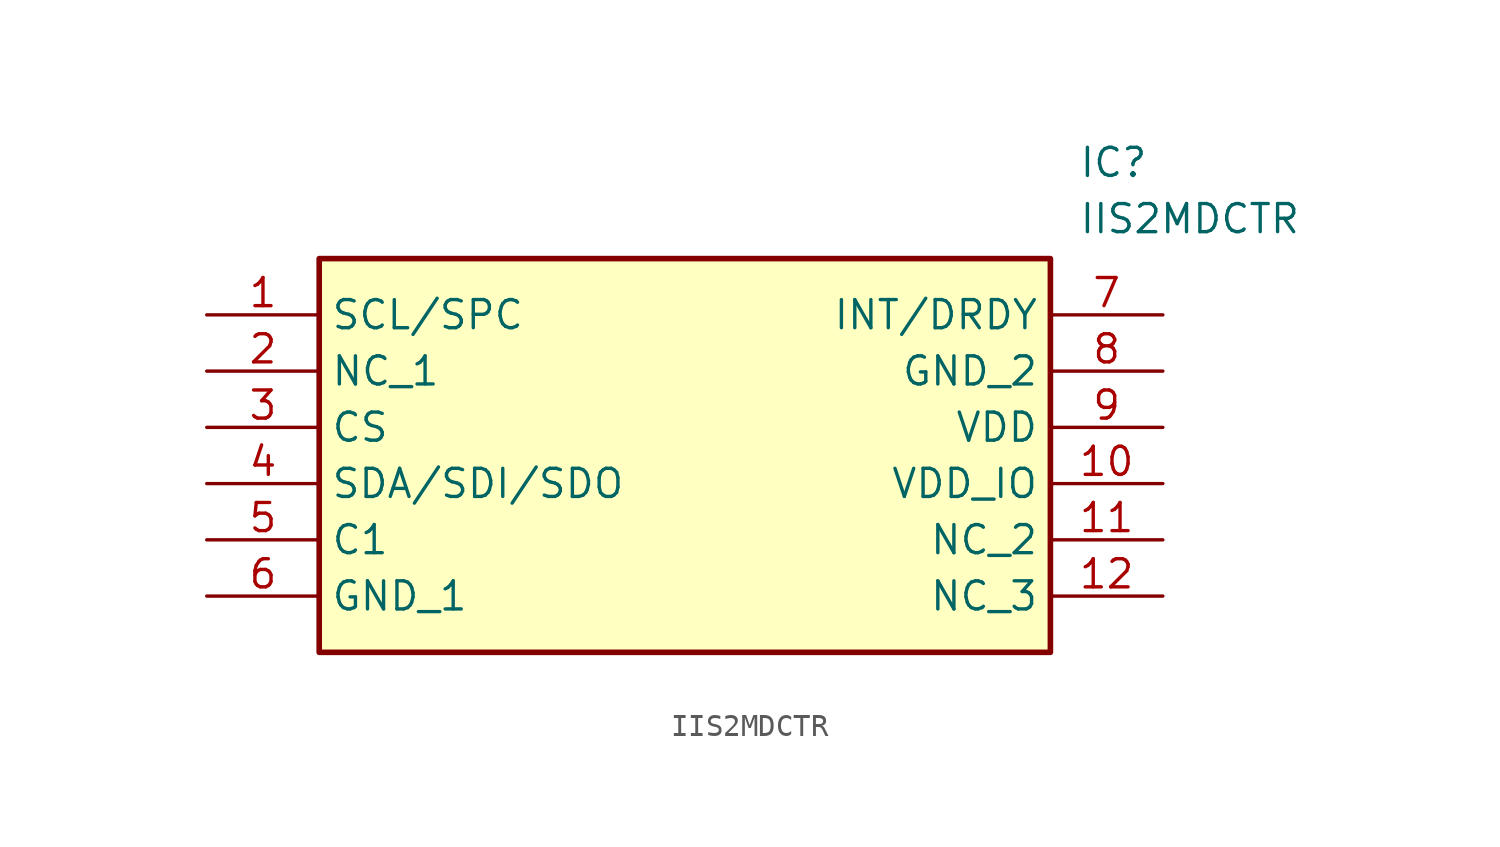
<source format=kicad_sym>
(kicad_symbol_lib
  (version 20211014)
  (generator SamacSys_ECAD_Model)
  (symbol "IIS2MDCTR"
    (property "Reference" "IC"
      (at 39.37 7.62 0)
      (effects (font (size 1.27 1.27)) (justify left top)))
    (property "Value" "IIS2MDCTR"
      (at 39.37 5.08 0)
      (effects (font (size 1.27 1.27)) (justify left top)))
    (rectangle
      (start 5.08 2.54)
      (end 38.1 -15.24)
      (stroke (width 0.254) (type default))
      (fill (type background)))
    (pin passive line
      (at 0 0 0)
      (length 5.08)
      (name "SCL/SPC" (effects (font (size 1.27 1.27))))
      (number "1" (effects (font (size 1.27 1.27)))))
    (pin passive line
      (at 0 -2.54 0)
      (length 5.08)
      (name "NC_1" (effects (font (size 1.27 1.27))))
      (number "2" (effects (font (size 1.27 1.27)))))
    (pin passive line
      (at 0 -5.08 0)
      (length 5.08)
      (name "CS" (effects (font (size 1.27 1.27))))
      (number "3" (effects (font (size 1.27 1.27)))))
    (pin passive line
      (at 0 -7.62 0)
      (length 5.08)
      (name "SDA/SDI/SDO" (effects (font (size 1.27 1.27))))
      (number "4" (effects (font (size 1.27 1.27)))))
    (pin passive line
      (at 0 -10.16 0)
      (length 5.08)
      (name "C1" (effects (font (size 1.27 1.27))))
      (number "5" (effects (font (size 1.27 1.27)))))
    (pin passive line
      (at 0 -12.7 0)
      (length 5.08)
      (name "GND_1" (effects (font (size 1.27 1.27))))
      (number "6" (effects (font (size 1.27 1.27)))))
    (pin passive line
      (at 43.18 0 180)
      (length 5.08)
      (name "INT/DRDY" (effects (font (size 1.27 1.27))))
      (number "7" (effects (font (size 1.27 1.27)))))
    (pin passive line
      (at 43.18 -2.54 180)
      (length 5.08)
      (name "GND_2" (effects (font (size 1.27 1.27))))
      (number "8" (effects (font (size 1.27 1.27)))))
    (pin passive line
      (at 43.18 -5.08 180)
      (length 5.08)
      (name "VDD" (effects (font (size 1.27 1.27))))
      (number "9" (effects (font (size 1.27 1.27)))))
    (pin passive line
      (at 43.18 -7.62 180)
      (length 5.08)
      (name "VDD_IO" (effects (font (size 1.27 1.27))))
      (number "10" (effects (font (size 1.27 1.27)))))
    (pin passive line
      (at 43.18 -10.16 180)
      (length 5.08)
      (name "NC_2" (effects (font (size 1.27 1.27))))
      (number "11" (effects (font (size 1.27 1.27)))))
    (pin passive line
      (at 43.18 -12.7 180)
      (length 5.08)
      (name "NC_3" (effects (font (size 1.27 1.27))))
      (number "12" (effects (font (size 1.27 1.27)))))))
</source>
